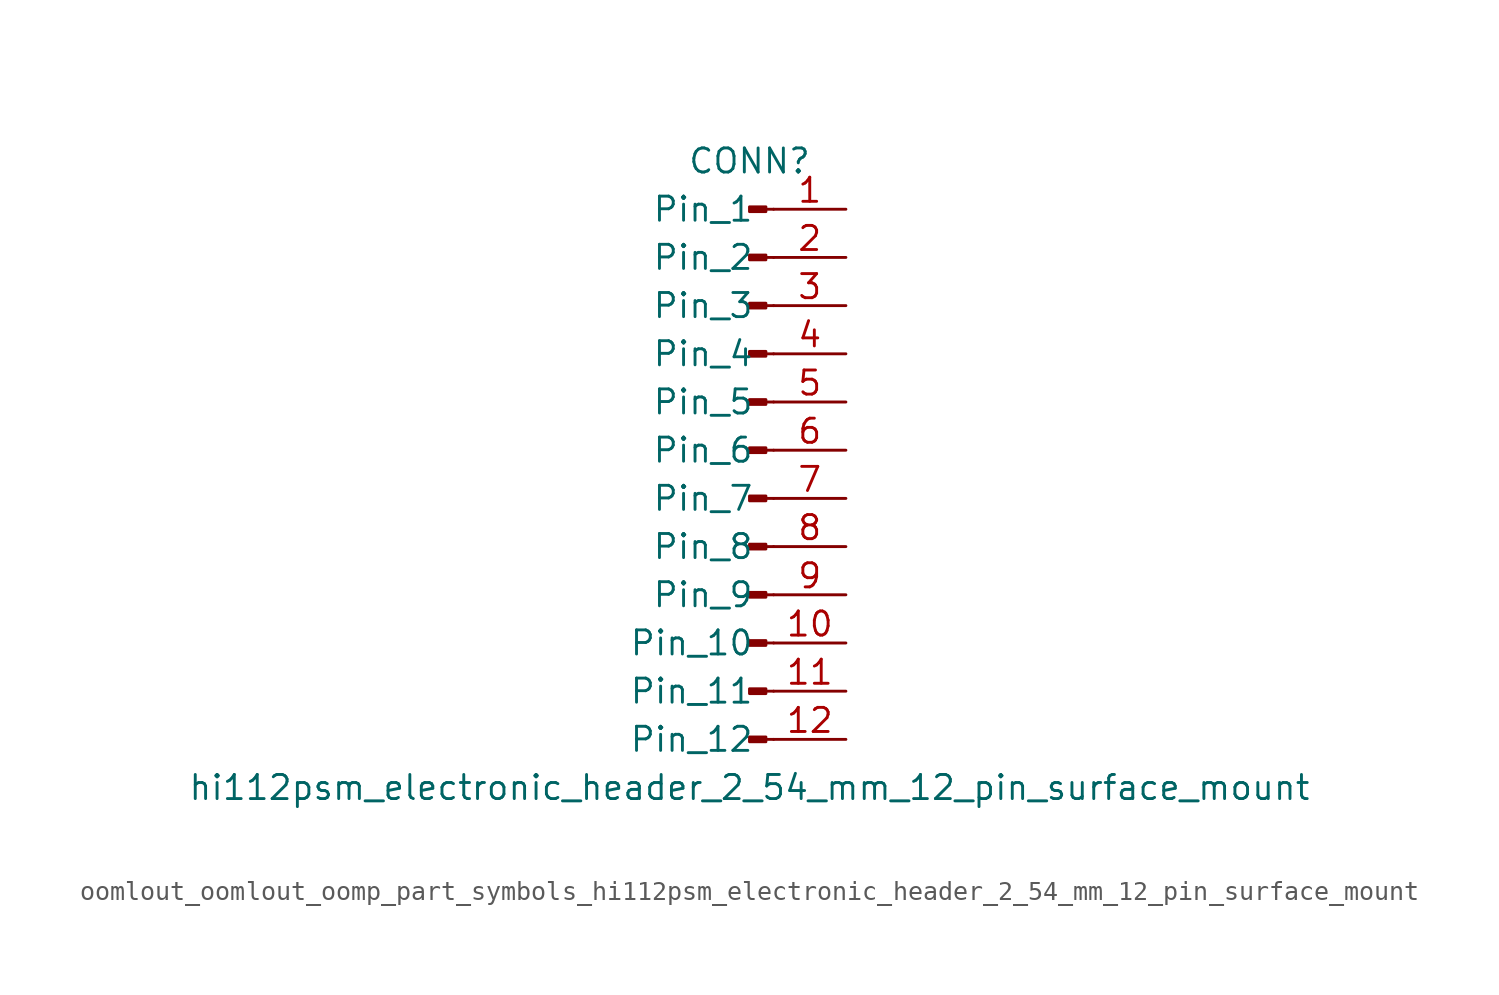
<source format=kicad_sym>
(kicad_symbol_lib
  (version 20220914)
  (generator kicad_symbol_editor)
  (symbol "oomlout_oomlout_oomp_part_symbols_hi112psm_electronic_header_2_54_mm_12_pin_surface_mount"
    (pin_names
      (offset 1.016))
    (property "Reference" "CONN"
      (at 0 15.24 0)
      (effects (font (size 1.27 1.27))))
    (property "Value" "hi112psm_electronic_header_2_54_mm_12_pin_surface_mount"
      (at 0 -17.78 0)
      (effects (font (size 1.27 1.27))))
    (property "ki_locked" ""
      (at 0 0 0)
      (effects (font (size 1.27 1.27))))
    (symbol "oomlout_oomlout_oomp_part_symbols_hi112psm_electronic_header_2_54_mm_12_pin_surface_mount_1_1"
      (polyline (pts (xy 1.27 -15.24) (xy 0.864 -15.24)) (stroke (width 0.152) (type default)) (fill (type none)))
      (polyline (pts (xy 1.27 -12.7) (xy 0.864 -12.7)) (stroke (width 0.152) (type default)) (fill (type none)))
      (polyline (pts (xy 1.27 -10.16) (xy 0.864 -10.16)) (stroke (width 0.152) (type default)) (fill (type none)))
      (polyline (pts (xy 1.27 -7.62) (xy 0.864 -7.62)) (stroke (width 0.152) (type default)) (fill (type none)))
      (polyline (pts (xy 1.27 -5.08) (xy 0.864 -5.08)) (stroke (width 0.152) (type default)) (fill (type none)))
      (polyline (pts (xy 1.27 -2.54) (xy 0.864 -2.54)) (stroke (width 0.152) (type default)) (fill (type none)))
      (polyline (pts (xy 1.27 0) (xy 0.864 0)) (stroke (width 0.152) (type default)) (fill (type none)))
      (polyline (pts (xy 1.27 2.54) (xy 0.864 2.54)) (stroke (width 0.152) (type default)) (fill (type none)))
      (polyline (pts (xy 1.27 5.08) (xy 0.864 5.08)) (stroke (width 0.152) (type default)) (fill (type none)))
      (polyline (pts (xy 1.27 7.62) (xy 0.864 7.62)) (stroke (width 0.152) (type default)) (fill (type none)))
      (polyline (pts (xy 1.27 10.16) (xy 0.864 10.16)) (stroke (width 0.152) (type default)) (fill (type none)))
      (polyline (pts (xy 1.27 12.7) (xy 0.864 12.7)) (stroke (width 0.152) (type default)) (fill (type none)))
      (rectangle (start 0.864 -15.113) (end 0 -15.367) (stroke (width 0.152) (type default)) (fill (type outline)))
      (rectangle (start 0.864 -12.573) (end 0 -12.827) (stroke (width 0.152) (type default)) (fill (type outline)))
      (rectangle (start 0.864 -10.033) (end 0 -10.287) (stroke (width 0.152) (type default)) (fill (type outline)))
      (rectangle (start 0.864 -7.493) (end 0 -7.747) (stroke (width 0.152) (type default)) (fill (type outline)))
      (rectangle (start 0.864 -4.953) (end 0 -5.207) (stroke (width 0.152) (type default)) (fill (type outline)))
      (rectangle (start 0.864 -2.413) (end 0 -2.667) (stroke (width 0.152) (type default)) (fill (type outline)))
      (rectangle (start 0.864 0.127) (end 0 -0.127) (stroke (width 0.152) (type default)) (fill (type outline)))
      (rectangle (start 0.864 2.667) (end 0 2.413) (stroke (width 0.152) (type default)) (fill (type outline)))
      (rectangle (start 0.864 5.207) (end 0 4.953) (stroke (width 0.152) (type default)) (fill (type outline)))
      (rectangle (start 0.864 7.747) (end 0 7.493) (stroke (width 0.152) (type default)) (fill (type outline)))
      (rectangle (start 0.864 10.287) (end 0 10.033) (stroke (width 0.152) (type default)) (fill (type outline)))
      (rectangle (start 0.864 12.827) (end 0 12.573) (stroke (width 0.152) (type default)) (fill (type outline)))
      (pin passive line (at 5.08 12.7 180) (length 3.81) (name "Pin_1" (effects (font (size 1.27 1.27)))) (number "1" (effects (font (size 1.27 1.27)))))
      (pin passive line (at 5.08 -10.16 180) (length 3.81) (name "Pin_10" (effects (font (size 1.27 1.27)))) (number "10" (effects (font (size 1.27 1.27)))))
      (pin passive line (at 5.08 -12.7 180) (length 3.81) (name "Pin_11" (effects (font (size 1.27 1.27)))) (number "11" (effects (font (size 1.27 1.27)))))
      (pin passive line (at 5.08 -15.24 180) (length 3.81) (name "Pin_12" (effects (font (size 1.27 1.27)))) (number "12" (effects (font (size 1.27 1.27)))))
      (pin passive line (at 5.08 10.16 180) (length 3.81) (name "Pin_2" (effects (font (size 1.27 1.27)))) (number "2" (effects (font (size 1.27 1.27)))))
      (pin passive line (at 5.08 7.62 180) (length 3.81) (name "Pin_3" (effects (font (size 1.27 1.27)))) (number "3" (effects (font (size 1.27 1.27)))))
      (pin passive line (at 5.08 5.08 180) (length 3.81) (name "Pin_4" (effects (font (size 1.27 1.27)))) (number "4" (effects (font (size 1.27 1.27)))))
      (pin passive line (at 5.08 2.54 180) (length 3.81) (name "Pin_5" (effects (font (size 1.27 1.27)))) (number "5" (effects (font (size 1.27 1.27)))))
      (pin passive line (at 5.08 0 180) (length 3.81) (name "Pin_6" (effects (font (size 1.27 1.27)))) (number "6" (effects (font (size 1.27 1.27)))))
      (pin passive line (at 5.08 -2.54 180) (length 3.81) (name "Pin_7" (effects (font (size 1.27 1.27)))) (number "7" (effects (font (size 1.27 1.27)))))
      (pin passive line (at 5.08 -5.08 180) (length 3.81) (name "Pin_8" (effects (font (size 1.27 1.27)))) (number "8" (effects (font (size 1.27 1.27)))))
      (pin passive line (at 5.08 -7.62 180) (length 3.81) (name "Pin_9" (effects (font (size 1.27 1.27)))) (number "9" (effects (font (size 1.27 1.27))))))))
</source>
